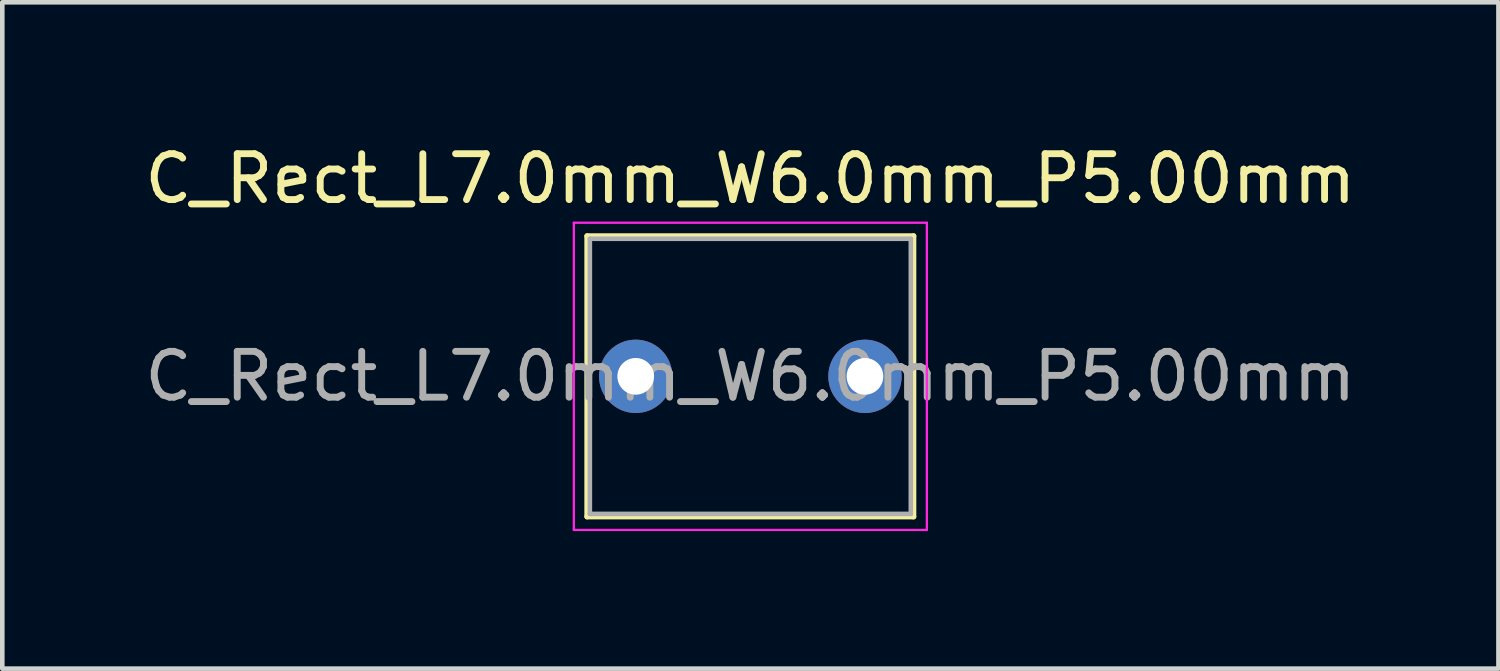
<source format=kicad_pcb>
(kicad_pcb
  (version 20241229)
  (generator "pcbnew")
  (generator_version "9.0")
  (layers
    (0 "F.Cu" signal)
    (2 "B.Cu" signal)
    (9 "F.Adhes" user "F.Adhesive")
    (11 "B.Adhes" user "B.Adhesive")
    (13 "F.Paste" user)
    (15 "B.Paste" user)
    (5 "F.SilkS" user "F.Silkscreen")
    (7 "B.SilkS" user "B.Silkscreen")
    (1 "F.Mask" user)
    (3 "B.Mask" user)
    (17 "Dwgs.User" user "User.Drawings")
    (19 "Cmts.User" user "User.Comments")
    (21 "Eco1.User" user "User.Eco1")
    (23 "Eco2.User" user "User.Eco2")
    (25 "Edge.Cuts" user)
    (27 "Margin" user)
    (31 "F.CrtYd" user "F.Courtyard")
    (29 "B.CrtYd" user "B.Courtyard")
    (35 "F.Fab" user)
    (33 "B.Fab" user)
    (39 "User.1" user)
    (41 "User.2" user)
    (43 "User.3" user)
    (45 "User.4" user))
  (footprint "C_Rect_L7.0mm_W6.0mm_P5.00mm"
    (layer "F.Cu")
    (at 10.815 5.158)
    (property "Reference" "C_Rect_L7.0mm_W6.0mm_P5.00mm" (at 2.5 -4.31 0) (layer "F.SilkS") (effects (font (size 1 1) (thickness 0.15))))
    (attr through_hole)
    (fp_line (start -1.06 -3.06) (end -1.06 3.06) (stroke (width 0.12) (type solid)) (layer "F.SilkS"))
    (fp_line (start -1.06 -3.06) (end 6.06 -3.06) (stroke (width 0.12) (type solid)) (layer "F.SilkS"))
    (fp_line (start -1.06 3.06) (end 6.06 3.06) (stroke (width 0.12) (type solid)) (layer "F.SilkS"))
    (fp_line (start 6.06 -3.06) (end 6.06 3.06) (stroke (width 0.12) (type solid)) (layer "F.SilkS"))
    (fp_line (start -1.35 -3.35) (end -1.35 3.35) (stroke (width 0.05) (type solid)) (layer "F.CrtYd"))
    (fp_line (start -1.35 3.35) (end 6.35 3.35) (stroke (width 0.05) (type solid)) (layer "F.CrtYd"))
    (fp_line (start 6.35 -3.35) (end -1.35 -3.35) (stroke (width 0.05) (type solid)) (layer "F.CrtYd"))
    (fp_line (start 6.35 3.35) (end 6.35 -3.35) (stroke (width 0.05) (type solid)) (layer "F.CrtYd"))
    (fp_line (start -1 -3) (end -1 3) (stroke (width 0.1) (type solid)) (layer "F.Fab"))
    (fp_line (start -1 3) (end 6 3) (stroke (width 0.1) (type solid)) (layer "F.Fab"))
    (fp_line (start 6 -3) (end -1 -3) (stroke (width 0.1) (type solid)) (layer "F.Fab"))
    (fp_line (start 6 3) (end 6 -3) (stroke (width 0.1) (type solid)) (layer "F.Fab"))
    (fp_text user "${REFERENCE}" (at 2.5 0 0) (layer "F.Fab") (effects (font (size 1 1) (thickness 0.15))))
    (pad "1" thru_hole circle (at 0 0) (size 1.6 1.6) (drill 0.8) (layers "*.Cu" "*.Mask"))
    (pad "2" thru_hole circle (at 5 0) (size 1.6 1.6) (drill 0.8) (layers "*.Cu" "*.Mask")))
  (gr_rect
    (start -3 -3)
    (end 29.631 11.533)
    (stroke (width 0.1) (type default))
    (fill no)
    (layer "Edge.Cuts")))
</source>
